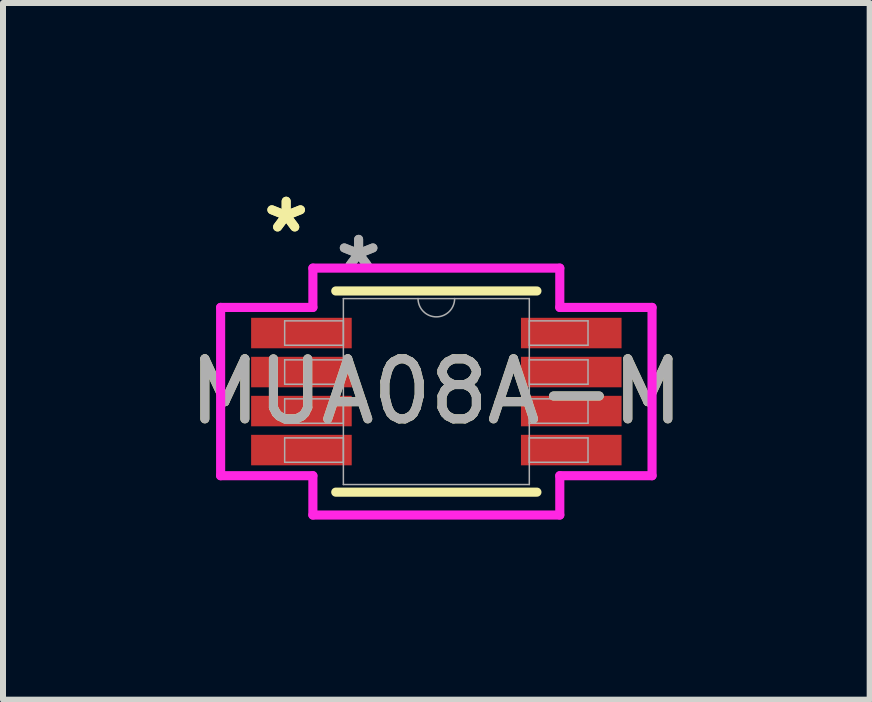
<source format=kicad_pcb>
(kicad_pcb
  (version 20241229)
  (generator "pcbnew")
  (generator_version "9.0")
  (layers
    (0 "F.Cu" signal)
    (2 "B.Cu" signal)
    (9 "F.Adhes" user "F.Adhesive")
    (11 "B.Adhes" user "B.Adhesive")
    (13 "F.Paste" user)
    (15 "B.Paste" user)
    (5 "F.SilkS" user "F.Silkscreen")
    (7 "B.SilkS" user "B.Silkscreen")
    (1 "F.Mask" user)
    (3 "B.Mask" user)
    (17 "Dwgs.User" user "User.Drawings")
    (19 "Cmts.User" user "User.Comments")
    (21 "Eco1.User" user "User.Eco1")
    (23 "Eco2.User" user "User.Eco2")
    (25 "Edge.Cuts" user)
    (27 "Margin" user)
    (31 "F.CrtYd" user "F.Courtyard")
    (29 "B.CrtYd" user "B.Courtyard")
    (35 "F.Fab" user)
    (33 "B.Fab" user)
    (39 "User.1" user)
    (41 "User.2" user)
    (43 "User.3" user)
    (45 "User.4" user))
  (footprint "MUA08A-M"
    (layer "F.Cu")
    (at 4.22 3.474)
    (property "Reference" "MUA08A-M" (at 0 0 0) (unlocked yes) (layer "F.SilkS") (effects (font (size 1 1) (thickness 0.15))))
    (attr smd)
    (fp_line (start -1.676 1.676) (end 1.676 1.676) (stroke (width 0.152) (type solid)) (layer "F.SilkS"))
    (fp_line (start 1.676 -1.676) (end -1.676 -1.676) (stroke (width 0.152) (type solid)) (layer "F.SilkS"))
    (fp_line (start -3.594 -1.402) (end -2.057 -1.402) (stroke (width 0.152) (type solid)) (layer "F.CrtYd"))
    (fp_line (start -3.594 1.402) (end -3.594 -1.402) (stroke (width 0.152) (type solid)) (layer "F.CrtYd"))
    (fp_line (start -3.594 1.402) (end -2.057 1.402) (stroke (width 0.152) (type solid)) (layer "F.CrtYd"))
    (fp_line (start -2.057 -2.057) (end 2.057 -2.057) (stroke (width 0.152) (type solid)) (layer "F.CrtYd"))
    (fp_line (start -2.057 -1.402) (end -2.057 -2.057) (stroke (width 0.152) (type solid)) (layer "F.CrtYd"))
    (fp_line (start -2.057 2.057) (end -2.057 1.402) (stroke (width 0.152) (type solid)) (layer "F.CrtYd"))
    (fp_line (start 2.057 -2.057) (end 2.057 -1.402) (stroke (width 0.152) (type solid)) (layer "F.CrtYd"))
    (fp_line (start 2.057 1.402) (end 2.057 2.057) (stroke (width 0.152) (type solid)) (layer "F.CrtYd"))
    (fp_line (start 2.057 2.057) (end -2.057 2.057) (stroke (width 0.152) (type solid)) (layer "F.CrtYd"))
    (fp_line (start 3.594 -1.402) (end 2.057 -1.402) (stroke (width 0.152) (type solid)) (layer "F.CrtYd"))
    (fp_line (start 3.594 -1.402) (end 3.594 1.402) (stroke (width 0.152) (type solid)) (layer "F.CrtYd"))
    (fp_line (start 3.594 1.402) (end 2.057 1.402) (stroke (width 0.152) (type solid)) (layer "F.CrtYd"))
    (fp_line (start -2.527 -1.178) (end -2.527 -0.772) (stroke (width 0.025) (type solid)) (layer "F.Fab"))
    (fp_line (start -2.527 -0.772) (end -1.549 -0.772) (stroke (width 0.025) (type solid)) (layer "F.Fab"))
    (fp_line (start -2.527 -0.528) (end -2.527 -0.122) (stroke (width 0.025) (type solid)) (layer "F.Fab"))
    (fp_line (start -2.527 -0.122) (end -1.549 -0.122) (stroke (width 0.025) (type solid)) (layer "F.Fab"))
    (fp_line (start -2.527 0.122) (end -2.527 0.528) (stroke (width 0.025) (type solid)) (layer "F.Fab"))
    (fp_line (start -2.527 0.528) (end -1.549 0.528) (stroke (width 0.025) (type solid)) (layer "F.Fab"))
    (fp_line (start -2.527 0.772) (end -2.527 1.178) (stroke (width 0.025) (type solid)) (layer "F.Fab"))
    (fp_line (start -2.527 1.178) (end -1.549 1.178) (stroke (width 0.025) (type solid)) (layer "F.Fab"))
    (fp_line (start -1.549 -1.549) (end -1.549 1.549) (stroke (width 0.025) (type solid)) (layer "F.Fab"))
    (fp_line (start -1.549 -1.178) (end -2.527 -1.178) (stroke (width 0.025) (type solid)) (layer "F.Fab"))
    (fp_line (start -1.549 -0.772) (end -1.549 -1.178) (stroke (width 0.025) (type solid)) (layer "F.Fab"))
    (fp_line (start -1.549 -0.528) (end -2.527 -0.528) (stroke (width 0.025) (type solid)) (layer "F.Fab"))
    (fp_line (start -1.549 -0.122) (end -1.549 -0.528) (stroke (width 0.025) (type solid)) (layer "F.Fab"))
    (fp_line (start -1.549 0.122) (end -2.527 0.122) (stroke (width 0.025) (type solid)) (layer "F.Fab"))
    (fp_line (start -1.549 0.528) (end -1.549 0.122) (stroke (width 0.025) (type solid)) (layer "F.Fab"))
    (fp_line (start -1.549 0.772) (end -2.527 0.772) (stroke (width 0.025) (type solid)) (layer "F.Fab"))
    (fp_line (start -1.549 1.178) (end -1.549 0.772) (stroke (width 0.025) (type solid)) (layer "F.Fab"))
    (fp_line (start -1.549 1.549) (end 1.549 1.549) (stroke (width 0.025) (type solid)) (layer "F.Fab"))
    (fp_line (start 1.549 -1.549) (end -1.549 -1.549) (stroke (width 0.025) (type solid)) (layer "F.Fab"))
    (fp_line (start 1.549 -1.178) (end 1.549 -0.772) (stroke (width 0.025) (type solid)) (layer "F.Fab"))
    (fp_line (start 1.549 -0.772) (end 2.527 -0.772) (stroke (width 0.025) (type solid)) (layer "F.Fab"))
    (fp_line (start 1.549 -0.528) (end 1.549 -0.122) (stroke (width 0.025) (type solid)) (layer "F.Fab"))
    (fp_line (start 1.549 -0.122) (end 2.527 -0.122) (stroke (width 0.025) (type solid)) (layer "F.Fab"))
    (fp_line (start 1.549 0.122) (end 1.549 0.528) (stroke (width 0.025) (type solid)) (layer "F.Fab"))
    (fp_line (start 1.549 0.528) (end 2.527 0.528) (stroke (width 0.025) (type solid)) (layer "F.Fab"))
    (fp_line (start 1.549 0.772) (end 1.549 1.178) (stroke (width 0.025) (type solid)) (layer "F.Fab"))
    (fp_line (start 1.549 1.178) (end 2.527 1.178) (stroke (width 0.025) (type solid)) (layer "F.Fab"))
    (fp_line (start 1.549 1.549) (end 1.549 -1.549) (stroke (width 0.025) (type solid)) (layer "F.Fab"))
    (fp_line (start 2.527 -1.178) (end 1.549 -1.178) (stroke (width 0.025) (type solid)) (layer "F.Fab"))
    (fp_line (start 2.527 -0.772) (end 2.527 -1.178) (stroke (width 0.025) (type solid)) (layer "F.Fab"))
    (fp_line (start 2.527 -0.528) (end 1.549 -0.528) (stroke (width 0.025) (type solid)) (layer "F.Fab"))
    (fp_line (start 2.527 -0.122) (end 2.527 -0.528) (stroke (width 0.025) (type solid)) (layer "F.Fab"))
    (fp_line (start 2.527 0.122) (end 1.549 0.122) (stroke (width 0.025) (type solid)) (layer "F.Fab"))
    (fp_line (start 2.527 0.528) (end 2.527 0.122) (stroke (width 0.025) (type solid)) (layer "F.Fab"))
    (fp_line (start 2.527 0.772) (end 1.549 0.772) (stroke (width 0.025) (type solid)) (layer "F.Fab"))
    (fp_line (start 2.527 1.178) (end 2.527 0.772) (stroke (width 0.025) (type solid)) (layer "F.Fab"))
    (fp_arc (start 0.3048 -1.5494) (mid 0 -1.2446) (end -0.3048 -1.5494) (stroke (width 0.0254) (type solid)) (layer "F.Fab"))
    (fp_text user "*" (at -2.502 -2.626 0) (layer "F.SilkS") (effects (font (size 1 1) (thickness 0.15))))
    (fp_text user "*" (at -2.502 -2.626 0) (unlocked yes) (layer "F.SilkS") (effects (font (size 1 1) (thickness 0.15))))
    (fp_text user "*" (at -1.295 -1.991 0) (layer "F.Fab") (effects (font (size 1 1) (thickness 0.15))))
    (fp_text user "${REFERENCE}" (at 0 0 0) (unlocked yes) (layer "F.Fab") (effects (font (size 1 1) (thickness 0.15))))
    (fp_text user "*" (at -1.295 -1.991 0) (unlocked yes) (layer "F.Fab") (effects (font (size 1 1) (thickness 0.15))))
    (pad "1" smd rect (at -2.248 -0.975) (size 1.676 0.508) (layers "F.Cu" "F.Mask" "F.Paste"))
    (pad "2" smd rect (at -2.248 -0.325) (size 1.676 0.508) (layers "F.Cu" "F.Mask" "F.Paste"))
    (pad "3" smd rect (at -2.248 0.325) (size 1.676 0.508) (layers "F.Cu" "F.Mask" "F.Paste"))
    (pad "4" smd rect (at -2.248 0.975) (size 1.676 0.508) (layers "F.Cu" "F.Mask" "F.Paste"))
    (pad "5" smd rect (at 2.248 0.975) (size 1.676 0.508) (layers "F.Cu" "F.Mask" "F.Paste"))
    (pad "6" smd rect (at 2.248 0.325) (size 1.676 0.508) (layers "F.Cu" "F.Mask" "F.Paste"))
    (pad "7" smd rect (at 2.248 -0.325) (size 1.676 0.508) (layers "F.Cu" "F.Mask" "F.Paste"))
    (pad "8" smd rect (at 2.248 -0.975) (size 1.676 0.508) (layers "F.Cu" "F.Mask" "F.Paste")))
  (gr_rect
    (start -3 -3)
    (end 11.44 8.608)
    (stroke (width 0.1) (type default))
    (fill no)
    (layer "Edge.Cuts")))
</source>
